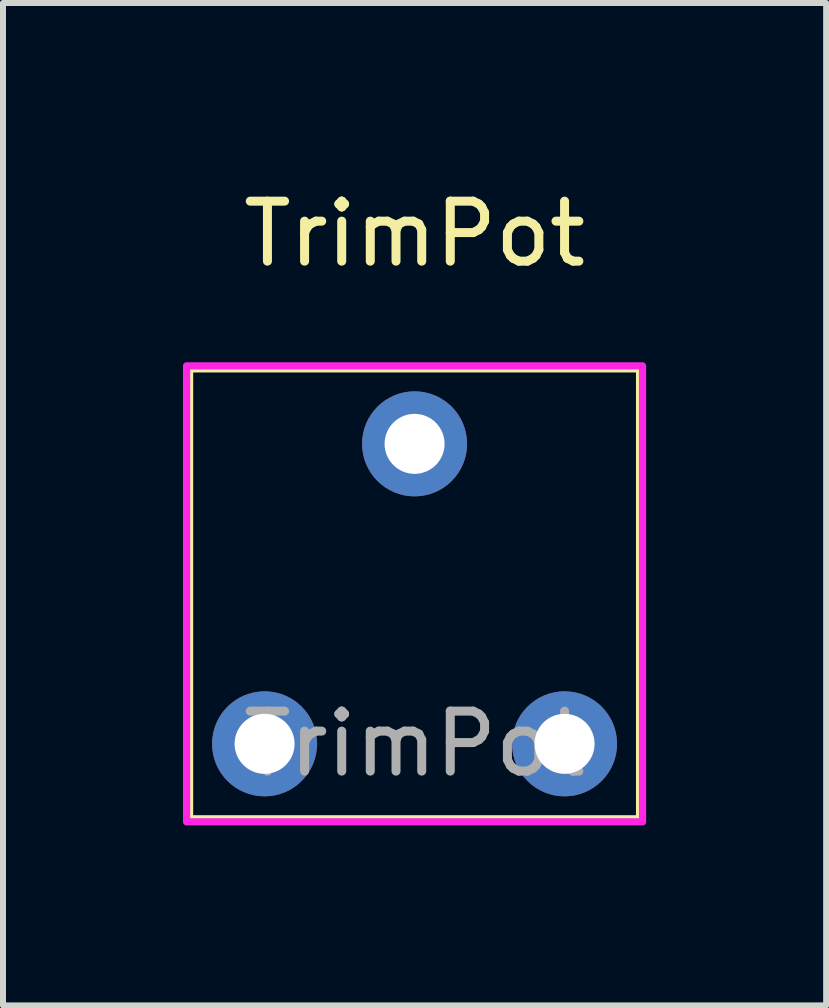
<source format=kicad_pcb>
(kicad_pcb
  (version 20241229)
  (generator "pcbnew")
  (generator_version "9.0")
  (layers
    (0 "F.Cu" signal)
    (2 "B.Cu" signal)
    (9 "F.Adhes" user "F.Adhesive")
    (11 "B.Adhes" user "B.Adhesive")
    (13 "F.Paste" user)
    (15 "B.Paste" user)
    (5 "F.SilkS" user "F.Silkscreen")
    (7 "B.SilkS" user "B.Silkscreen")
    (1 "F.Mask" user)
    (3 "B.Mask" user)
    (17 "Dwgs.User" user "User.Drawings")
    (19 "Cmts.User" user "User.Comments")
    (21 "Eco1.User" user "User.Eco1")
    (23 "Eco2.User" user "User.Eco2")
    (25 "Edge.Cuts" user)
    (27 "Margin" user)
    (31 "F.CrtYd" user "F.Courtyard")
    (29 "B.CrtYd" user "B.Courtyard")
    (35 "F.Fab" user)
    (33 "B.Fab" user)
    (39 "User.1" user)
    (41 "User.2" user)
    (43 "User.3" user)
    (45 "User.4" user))
  (footprint "TrimPot"
    (layer "F.Cu")
    (at 3.86 6.848)
    (property "Reference" "TrimPot" (at 0 -6 0) (unlocked yes) (layer "F.SilkS") (effects (font (size 1 1) (thickness 0.15))))
    (attr through_hole)
    (fp_rect (start -3.75 -3.75) (end 3.75 3.75) (stroke (width 0.12) (type solid)) (fill no) (layer "F.SilkS"))
    (fp_rect (start -3.8 -3.8) (end 3.8 3.8) (stroke (width 0.12) (type solid)) (fill no) (layer "F.CrtYd"))
    (fp_text user "${REFERENCE}" (at 0 2.5 0) (unlocked yes) (layer "F.Fab") (effects (font (size 1 1) (thickness 0.15))))
    (pad "1" thru_hole circle (at -2.5 2.5) (size 1.75 1.75) (drill 1) (layers "*.Cu" "*.Mask"))
    (pad "2" thru_hole circle (at 0 -2.5) (size 1.75 1.75) (drill 1) (layers "*.Cu" "*.Mask"))
    (pad "3" thru_hole circle (at 2.5 2.5) (size 1.75 1.75) (drill 1) (layers "*.Cu" "*.Mask")))
  (gr_rect
    (start -3 -3)
    (end 10.72 13.708)
    (stroke (width 0.1) (type default))
    (fill no)
    (layer "Edge.Cuts")))
</source>
